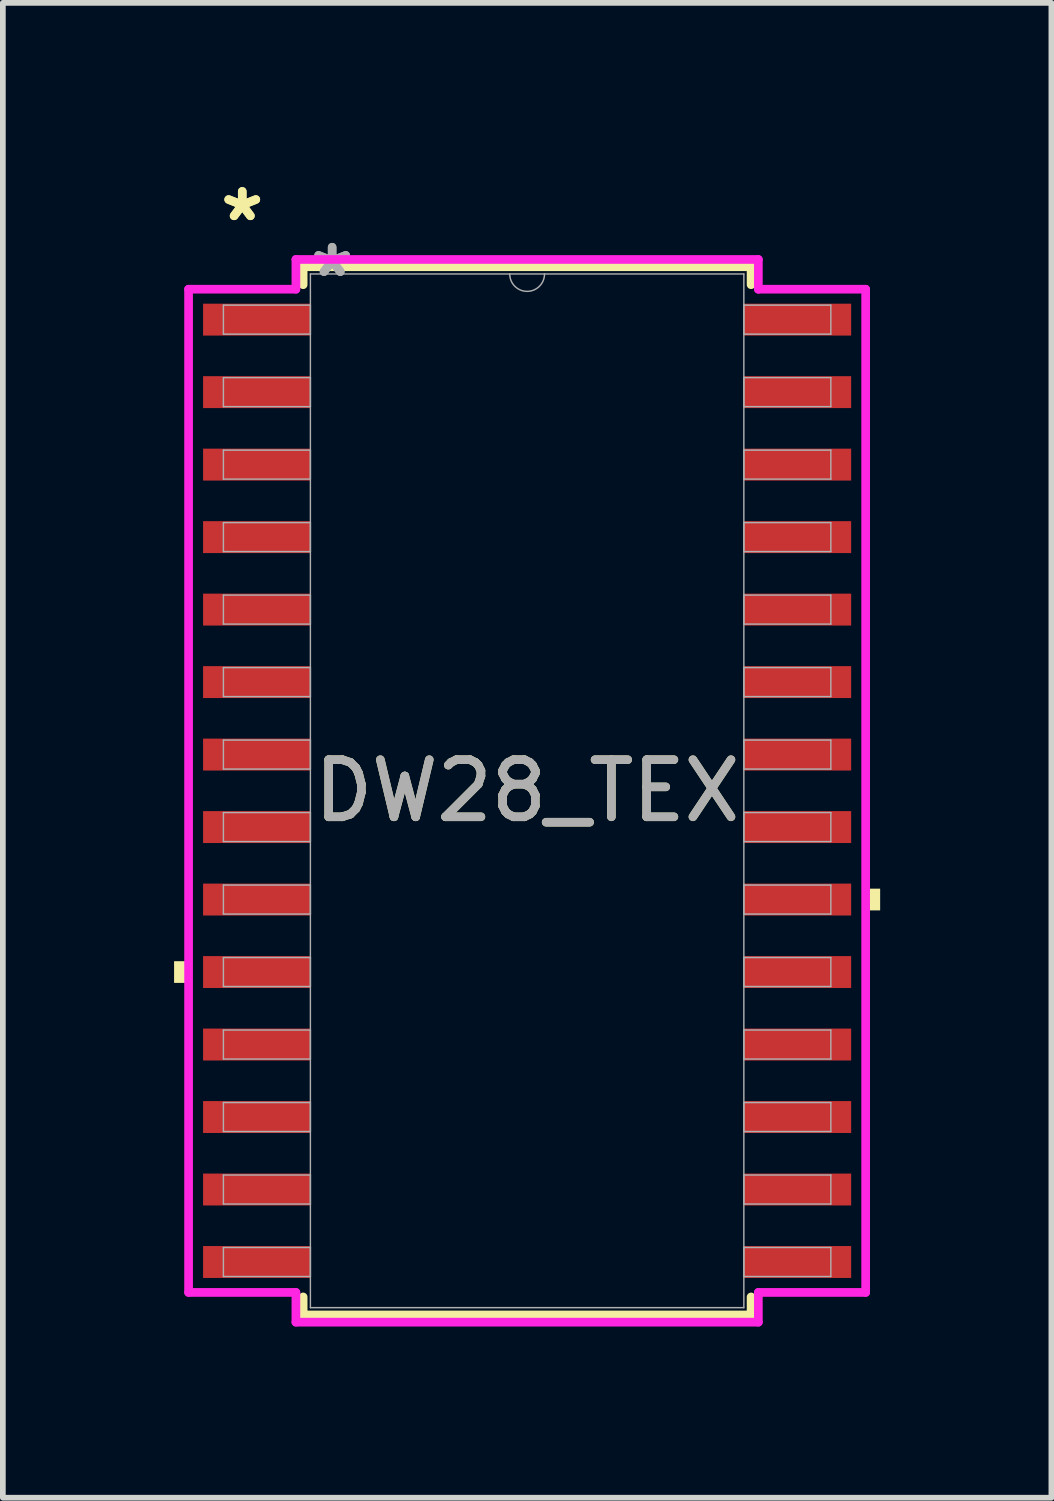
<source format=kicad_pcb>
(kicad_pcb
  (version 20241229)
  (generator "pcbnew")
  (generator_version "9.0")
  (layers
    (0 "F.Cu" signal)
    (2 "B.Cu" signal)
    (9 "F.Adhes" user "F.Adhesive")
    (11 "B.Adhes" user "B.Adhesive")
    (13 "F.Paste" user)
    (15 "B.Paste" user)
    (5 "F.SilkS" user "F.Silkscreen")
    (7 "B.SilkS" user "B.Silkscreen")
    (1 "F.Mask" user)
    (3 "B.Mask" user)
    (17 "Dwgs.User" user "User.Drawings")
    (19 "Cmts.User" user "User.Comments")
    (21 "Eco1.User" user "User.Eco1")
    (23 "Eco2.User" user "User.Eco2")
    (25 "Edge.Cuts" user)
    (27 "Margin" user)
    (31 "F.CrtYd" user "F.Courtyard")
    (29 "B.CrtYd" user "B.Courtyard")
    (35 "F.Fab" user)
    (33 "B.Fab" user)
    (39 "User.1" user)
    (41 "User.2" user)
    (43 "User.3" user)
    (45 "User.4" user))
  (footprint "DW28_TEX"
    (layer "F.Cu")
    (at 6.185 10.805)
    (property "Reference" "DW28_TEX" (at 0 0 0) (unlocked yes) (layer "F.SilkS") (effects (font (size 1 1) (thickness 0.15))))
    (attr smd)
    (fp_line (start -3.924 -9.182) (end -3.924 -8.867) (stroke (width 0.152) (type solid)) (layer "F.SilkS"))
    (fp_line (start -3.924 8.867) (end -3.924 9.182) (stroke (width 0.152) (type solid)) (layer "F.SilkS"))
    (fp_line (start -3.924 9.182) (end 3.924 9.182) (stroke (width 0.152) (type solid)) (layer "F.SilkS"))
    (fp_line (start 3.924 -9.182) (end -3.924 -9.182) (stroke (width 0.152) (type solid)) (layer "F.SilkS"))
    (fp_line (start 3.924 -8.867) (end 3.924 -9.182) (stroke (width 0.152) (type solid)) (layer "F.SilkS"))
    (fp_line (start 3.924 9.182) (end 3.924 8.867) (stroke (width 0.152) (type solid)) (layer "F.SilkS"))
    (fp_poly (pts (xy -6.185 2.985) (xy -6.185 3.365) (xy -5.931 3.365) (xy -5.931 2.985)) (stroke (width 0) (type solid)) (fill yes) (layer "F.SilkS"))
    (fp_poly (pts (xy 6.185 1.714) (xy 6.185 2.095) (xy 5.931 2.095) (xy 5.931 1.714)) (stroke (width 0) (type solid)) (fill yes) (layer "F.SilkS"))
    (fp_line (start -5.931 -8.788) (end -4.051 -8.788) (stroke (width 0.152) (type solid)) (layer "F.CrtYd"))
    (fp_line (start -5.931 8.788) (end -5.931 -8.788) (stroke (width 0.152) (type solid)) (layer "F.CrtYd"))
    (fp_line (start -5.931 8.788) (end -4.051 8.788) (stroke (width 0.152) (type solid)) (layer "F.CrtYd"))
    (fp_line (start -4.051 -9.309) (end 4.051 -9.309) (stroke (width 0.152) (type solid)) (layer "F.CrtYd"))
    (fp_line (start -4.051 -8.788) (end -4.051 -9.309) (stroke (width 0.152) (type solid)) (layer "F.CrtYd"))
    (fp_line (start -4.051 9.309) (end -4.051 8.788) (stroke (width 0.152) (type solid)) (layer "F.CrtYd"))
    (fp_line (start 4.051 -9.309) (end 4.051 -8.788) (stroke (width 0.152) (type solid)) (layer "F.CrtYd"))
    (fp_line (start 4.051 8.788) (end 4.051 9.309) (stroke (width 0.152) (type solid)) (layer "F.CrtYd"))
    (fp_line (start 4.051 9.309) (end -4.051 9.309) (stroke (width 0.152) (type solid)) (layer "F.CrtYd"))
    (fp_line (start 5.931 -8.788) (end 4.051 -8.788) (stroke (width 0.152) (type solid)) (layer "F.CrtYd"))
    (fp_line (start 5.931 -8.788) (end 5.931 8.788) (stroke (width 0.152) (type solid)) (layer "F.CrtYd"))
    (fp_line (start 5.931 8.788) (end 4.051 8.788) (stroke (width 0.152) (type solid)) (layer "F.CrtYd"))
    (fp_line (start -5.321 -8.509) (end -5.321 -8.001) (stroke (width 0.025) (type solid)) (layer "F.Fab"))
    (fp_line (start -5.321 -8.001) (end -3.797 -8.001) (stroke (width 0.025) (type solid)) (layer "F.Fab"))
    (fp_line (start -5.321 -7.239) (end -5.321 -6.731) (stroke (width 0.025) (type solid)) (layer "F.Fab"))
    (fp_line (start -5.321 -6.731) (end -3.797 -6.731) (stroke (width 0.025) (type solid)) (layer "F.Fab"))
    (fp_line (start -5.321 -5.969) (end -5.321 -5.461) (stroke (width 0.025) (type solid)) (layer "F.Fab"))
    (fp_line (start -5.321 -5.461) (end -3.797 -5.461) (stroke (width 0.025) (type solid)) (layer "F.Fab"))
    (fp_line (start -5.321 -4.699) (end -5.321 -4.191) (stroke (width 0.025) (type solid)) (layer "F.Fab"))
    (fp_line (start -5.321 -4.191) (end -3.797 -4.191) (stroke (width 0.025) (type solid)) (layer "F.Fab"))
    (fp_line (start -5.321 -3.429) (end -5.321 -2.921) (stroke (width 0.025) (type solid)) (layer "F.Fab"))
    (fp_line (start -5.321 -2.921) (end -3.797 -2.921) (stroke (width 0.025) (type solid)) (layer "F.Fab"))
    (fp_line (start -5.321 -2.159) (end -5.321 -1.651) (stroke (width 0.025) (type solid)) (layer "F.Fab"))
    (fp_line (start -5.321 -1.651) (end -3.797 -1.651) (stroke (width 0.025) (type solid)) (layer "F.Fab"))
    (fp_line (start -5.321 -0.889) (end -5.321 -0.381) (stroke (width 0.025) (type solid)) (layer "F.Fab"))
    (fp_line (start -5.321 -0.381) (end -3.797 -0.381) (stroke (width 0.025) (type solid)) (layer "F.Fab"))
    (fp_line (start -5.321 0.381) (end -5.321 0.889) (stroke (width 0.025) (type solid)) (layer "F.Fab"))
    (fp_line (start -5.321 0.889) (end -3.797 0.889) (stroke (width 0.025) (type solid)) (layer "F.Fab"))
    (fp_line (start -5.321 1.651) (end -5.321 2.159) (stroke (width 0.025) (type solid)) (layer "F.Fab"))
    (fp_line (start -5.321 2.159) (end -3.797 2.159) (stroke (width 0.025) (type solid)) (layer "F.Fab"))
    (fp_line (start -5.321 2.921) (end -5.321 3.429) (stroke (width 0.025) (type solid)) (layer "F.Fab"))
    (fp_line (start -5.321 3.429) (end -3.797 3.429) (stroke (width 0.025) (type solid)) (layer "F.Fab"))
    (fp_line (start -5.321 4.191) (end -5.321 4.699) (stroke (width 0.025) (type solid)) (layer "F.Fab"))
    (fp_line (start -5.321 4.699) (end -3.797 4.699) (stroke (width 0.025) (type solid)) (layer "F.Fab"))
    (fp_line (start -5.321 5.461) (end -5.321 5.969) (stroke (width 0.025) (type solid)) (layer "F.Fab"))
    (fp_line (start -5.321 5.969) (end -3.797 5.969) (stroke (width 0.025) (type solid)) (layer "F.Fab"))
    (fp_line (start -5.321 6.731) (end -5.321 7.239) (stroke (width 0.025) (type solid)) (layer "F.Fab"))
    (fp_line (start -5.321 7.239) (end -3.797 7.239) (stroke (width 0.025) (type solid)) (layer "F.Fab"))
    (fp_line (start -5.321 8.001) (end -5.321 8.509) (stroke (width 0.025) (type solid)) (layer "F.Fab"))
    (fp_line (start -5.321 8.509) (end -3.797 8.509) (stroke (width 0.025) (type solid)) (layer "F.Fab"))
    (fp_line (start -3.797 -9.055) (end -3.797 9.055) (stroke (width 0.025) (type solid)) (layer "F.Fab"))
    (fp_line (start -3.797 -8.509) (end -5.321 -8.509) (stroke (width 0.025) (type solid)) (layer "F.Fab"))
    (fp_line (start -3.797 -8.001) (end -3.797 -8.509) (stroke (width 0.025) (type solid)) (layer "F.Fab"))
    (fp_line (start -3.797 -7.239) (end -5.321 -7.239) (stroke (width 0.025) (type solid)) (layer "F.Fab"))
    (fp_line (start -3.797 -6.731) (end -3.797 -7.239) (stroke (width 0.025) (type solid)) (layer "F.Fab"))
    (fp_line (start -3.797 -5.969) (end -5.321 -5.969) (stroke (width 0.025) (type solid)) (layer "F.Fab"))
    (fp_line (start -3.797 -5.461) (end -3.797 -5.969) (stroke (width 0.025) (type solid)) (layer "F.Fab"))
    (fp_line (start -3.797 -4.699) (end -5.321 -4.699) (stroke (width 0.025) (type solid)) (layer "F.Fab"))
    (fp_line (start -3.797 -4.191) (end -3.797 -4.699) (stroke (width 0.025) (type solid)) (layer "F.Fab"))
    (fp_line (start -3.797 -3.429) (end -5.321 -3.429) (stroke (width 0.025) (type solid)) (layer "F.Fab"))
    (fp_line (start -3.797 -2.921) (end -3.797 -3.429) (stroke (width 0.025) (type solid)) (layer "F.Fab"))
    (fp_line (start -3.797 -2.159) (end -5.321 -2.159) (stroke (width 0.025) (type solid)) (layer "F.Fab"))
    (fp_line (start -3.797 -1.651) (end -3.797 -2.159) (stroke (width 0.025) (type solid)) (layer "F.Fab"))
    (fp_line (start -3.797 -0.889) (end -5.321 -0.889) (stroke (width 0.025) (type solid)) (layer "F.Fab"))
    (fp_line (start -3.797 -0.381) (end -3.797 -0.889) (stroke (width 0.025) (type solid)) (layer "F.Fab"))
    (fp_line (start -3.797 0.381) (end -5.321 0.381) (stroke (width 0.025) (type solid)) (layer "F.Fab"))
    (fp_line (start -3.797 0.889) (end -3.797 0.381) (stroke (width 0.025) (type solid)) (layer "F.Fab"))
    (fp_line (start -3.797 1.651) (end -5.321 1.651) (stroke (width 0.025) (type solid)) (layer "F.Fab"))
    (fp_line (start -3.797 2.159) (end -3.797 1.651) (stroke (width 0.025) (type solid)) (layer "F.Fab"))
    (fp_line (start -3.797 2.921) (end -5.321 2.921) (stroke (width 0.025) (type solid)) (layer "F.Fab"))
    (fp_line (start -3.797 3.429) (end -3.797 2.921) (stroke (width 0.025) (type solid)) (layer "F.Fab"))
    (fp_line (start -3.797 4.191) (end -5.321 4.191) (stroke (width 0.025) (type solid)) (layer "F.Fab"))
    (fp_line (start -3.797 4.699) (end -3.797 4.191) (stroke (width 0.025) (type solid)) (layer "F.Fab"))
    (fp_line (start -3.797 5.461) (end -5.321 5.461) (stroke (width 0.025) (type solid)) (layer "F.Fab"))
    (fp_line (start -3.797 5.969) (end -3.797 5.461) (stroke (width 0.025) (type solid)) (layer "F.Fab"))
    (fp_line (start -3.797 6.731) (end -5.321 6.731) (stroke (width 0.025) (type solid)) (layer "F.Fab"))
    (fp_line (start -3.797 7.239) (end -3.797 6.731) (stroke (width 0.025) (type solid)) (layer "F.Fab"))
    (fp_line (start -3.797 8.001) (end -5.321 8.001) (stroke (width 0.025) (type solid)) (layer "F.Fab"))
    (fp_line (start -3.797 8.509) (end -3.797 8.001) (stroke (width 0.025) (type solid)) (layer "F.Fab"))
    (fp_line (start -3.797 9.055) (end 3.797 9.055) (stroke (width 0.025) (type solid)) (layer "F.Fab"))
    (fp_line (start 3.797 -9.055) (end -3.797 -9.055) (stroke (width 0.025) (type solid)) (layer "F.Fab"))
    (fp_line (start 3.797 -8.509) (end 3.797 -8.001) (stroke (width 0.025) (type solid)) (layer "F.Fab"))
    (fp_line (start 3.797 -8.001) (end 5.321 -8.001) (stroke (width 0.025) (type solid)) (layer "F.Fab"))
    (fp_line (start 3.797 -7.239) (end 3.797 -6.731) (stroke (width 0.025) (type solid)) (layer "F.Fab"))
    (fp_line (start 3.797 -6.731) (end 5.321 -6.731) (stroke (width 0.025) (type solid)) (layer "F.Fab"))
    (fp_line (start 3.797 -5.969) (end 3.797 -5.461) (stroke (width 0.025) (type solid)) (layer "F.Fab"))
    (fp_line (start 3.797 -5.461) (end 5.321 -5.461) (stroke (width 0.025) (type solid)) (layer "F.Fab"))
    (fp_line (start 3.797 -4.699) (end 3.797 -4.191) (stroke (width 0.025) (type solid)) (layer "F.Fab"))
    (fp_line (start 3.797 -4.191) (end 5.321 -4.191) (stroke (width 0.025) (type solid)) (layer "F.Fab"))
    (fp_line (start 3.797 -3.429) (end 3.797 -2.921) (stroke (width 0.025) (type solid)) (layer "F.Fab"))
    (fp_line (start 3.797 -2.921) (end 5.321 -2.921) (stroke (width 0.025) (type solid)) (layer "F.Fab"))
    (fp_line (start 3.797 -2.159) (end 3.797 -1.651) (stroke (width 0.025) (type solid)) (layer "F.Fab"))
    (fp_line (start 3.797 -1.651) (end 5.321 -1.651) (stroke (width 0.025) (type solid)) (layer "F.Fab"))
    (fp_line (start 3.797 -0.889) (end 3.797 -0.381) (stroke (width 0.025) (type solid)) (layer "F.Fab"))
    (fp_line (start 3.797 -0.381) (end 5.321 -0.381) (stroke (width 0.025) (type solid)) (layer "F.Fab"))
    (fp_line (start 3.797 0.381) (end 3.797 0.889) (stroke (width 0.025) (type solid)) (layer "F.Fab"))
    (fp_line (start 3.797 0.889) (end 5.321 0.889) (stroke (width 0.025) (type solid)) (layer "F.Fab"))
    (fp_line (start 3.797 1.651) (end 3.797 2.159) (stroke (width 0.025) (type solid)) (layer "F.Fab"))
    (fp_line (start 3.797 2.159) (end 5.321 2.159) (stroke (width 0.025) (type solid)) (layer "F.Fab"))
    (fp_line (start 3.797 2.921) (end 3.797 3.429) (stroke (width 0.025) (type solid)) (layer "F.Fab"))
    (fp_line (start 3.797 3.429) (end 5.321 3.429) (stroke (width 0.025) (type solid)) (layer "F.Fab"))
    (fp_line (start 3.797 4.191) (end 3.797 4.699) (stroke (width 0.025) (type solid)) (layer "F.Fab"))
    (fp_line (start 3.797 4.699) (end 5.321 4.699) (stroke (width 0.025) (type solid)) (layer "F.Fab"))
    (fp_line (start 3.797 5.461) (end 3.797 5.969) (stroke (width 0.025) (type solid)) (layer "F.Fab"))
    (fp_line (start 3.797 5.969) (end 5.321 5.969) (stroke (width 0.025) (type solid)) (layer "F.Fab"))
    (fp_line (start 3.797 6.731) (end 3.797 7.239) (stroke (width 0.025) (type solid)) (layer "F.Fab"))
    (fp_line (start 3.797 7.239) (end 5.321 7.239) (stroke (width 0.025) (type solid)) (layer "F.Fab"))
    (fp_line (start 3.797 8.001) (end 3.797 8.509) (stroke (width 0.025) (type solid)) (layer "F.Fab"))
    (fp_line (start 3.797 8.509) (end 5.321 8.509) (stroke (width 0.025) (type solid)) (layer "F.Fab"))
    (fp_line (start 3.797 9.055) (end 3.797 -9.055) (stroke (width 0.025) (type solid)) (layer "F.Fab"))
    (fp_line (start 5.321 -8.509) (end 3.797 -8.509) (stroke (width 0.025) (type solid)) (layer "F.Fab"))
    (fp_line (start 5.321 -8.001) (end 5.321 -8.509) (stroke (width 0.025) (type solid)) (layer "F.Fab"))
    (fp_line (start 5.321 -7.239) (end 3.797 -7.239) (stroke (width 0.025) (type solid)) (layer "F.Fab"))
    (fp_line (start 5.321 -6.731) (end 5.321 -7.239) (stroke (width 0.025) (type solid)) (layer "F.Fab"))
    (fp_line (start 5.321 -5.969) (end 3.797 -5.969) (stroke (width 0.025) (type solid)) (layer "F.Fab"))
    (fp_line (start 5.321 -5.461) (end 5.321 -5.969) (stroke (width 0.025) (type solid)) (layer "F.Fab"))
    (fp_line (start 5.321 -4.699) (end 3.797 -4.699) (stroke (width 0.025) (type solid)) (layer "F.Fab"))
    (fp_line (start 5.321 -4.191) (end 5.321 -4.699) (stroke (width 0.025) (type solid)) (layer "F.Fab"))
    (fp_line (start 5.321 -3.429) (end 3.797 -3.429) (stroke (width 0.025) (type solid)) (layer "F.Fab"))
    (fp_line (start 5.321 -2.921) (end 5.321 -3.429) (stroke (width 0.025) (type solid)) (layer "F.Fab"))
    (fp_line (start 5.321 -2.159) (end 3.797 -2.159) (stroke (width 0.025) (type solid)) (layer "F.Fab"))
    (fp_line (start 5.321 -1.651) (end 5.321 -2.159) (stroke (width 0.025) (type solid)) (layer "F.Fab"))
    (fp_line (start 5.321 -0.889) (end 3.797 -0.889) (stroke (width 0.025) (type solid)) (layer "F.Fab"))
    (fp_line (start 5.321 -0.381) (end 5.321 -0.889) (stroke (width 0.025) (type solid)) (layer "F.Fab"))
    (fp_line (start 5.321 0.381) (end 3.797 0.381) (stroke (width 0.025) (type solid)) (layer "F.Fab"))
    (fp_line (start 5.321 0.889) (end 5.321 0.381) (stroke (width 0.025) (type solid)) (layer "F.Fab"))
    (fp_line (start 5.321 1.651) (end 3.797 1.651) (stroke (width 0.025) (type solid)) (layer "F.Fab"))
    (fp_line (start 5.321 2.159) (end 5.321 1.651) (stroke (width 0.025) (type solid)) (layer "F.Fab"))
    (fp_line (start 5.321 2.921) (end 3.797 2.921) (stroke (width 0.025) (type solid)) (layer "F.Fab"))
    (fp_line (start 5.321 3.429) (end 5.321 2.921) (stroke (width 0.025) (type solid)) (layer "F.Fab"))
    (fp_line (start 5.321 4.191) (end 3.797 4.191) (stroke (width 0.025) (type solid)) (layer "F.Fab"))
    (fp_line (start 5.321 4.699) (end 5.321 4.191) (stroke (width 0.025) (type solid)) (layer "F.Fab"))
    (fp_line (start 5.321 5.461) (end 3.797 5.461) (stroke (width 0.025) (type solid)) (layer "F.Fab"))
    (fp_line (start 5.321 5.969) (end 5.321 5.461) (stroke (width 0.025) (type solid)) (layer "F.Fab"))
    (fp_line (start 5.321 6.731) (end 3.797 6.731) (stroke (width 0.025) (type solid)) (layer "F.Fab"))
    (fp_line (start 5.321 7.239) (end 5.321 6.731) (stroke (width 0.025) (type solid)) (layer "F.Fab"))
    (fp_line (start 5.321 8.001) (end 3.797 8.001) (stroke (width 0.025) (type solid)) (layer "F.Fab"))
    (fp_line (start 5.321 8.509) (end 5.321 8.001) (stroke (width 0.025) (type solid)) (layer "F.Fab"))
    (fp_arc (start 0.3048 -9.0551) (mid 0 -8.7503) (end -0.3048 -9.0551) (stroke (width 0.0254) (type solid)) (layer "F.Fab"))
    (fp_text user "*" (at -4.991 -9.957 0) (layer "F.SilkS") (effects (font (size 1 1) (thickness 0.15))))
    (fp_text user "*" (at -4.991 -9.957 0) (unlocked yes) (layer "F.SilkS") (effects (font (size 1 1) (thickness 0.15))))
    (fp_text user "*" (at -3.416 -8.979 0) (unlocked yes) (layer "F.Fab") (effects (font (size 1 1) (thickness 0.15))))
    (fp_text user "*" (at -3.416 -8.979 0) (layer "F.Fab") (effects (font (size 1 1) (thickness 0.15))))
    (fp_text user "${REFERENCE}" (at 0 0 0) (unlocked yes) (layer "F.Fab") (effects (font (size 1 1) (thickness 0.15))))
    (pad "1" smd rect (at -4.737 -8.255) (size 1.88 0.559) (layers "F.Cu" "F.Mask" "F.Paste"))
    (pad "2" smd rect (at -4.737 -6.985) (size 1.88 0.559) (layers "F.Cu" "F.Mask" "F.Paste"))
    (pad "3" smd rect (at -4.737 -5.715) (size 1.88 0.559) (layers "F.Cu" "F.Mask" "F.Paste"))
    (pad "4" smd rect (at -4.737 -4.445) (size 1.88 0.559) (layers "F.Cu" "F.Mask" "F.Paste"))
    (pad "5" smd rect (at -4.737 -3.175) (size 1.88 0.559) (layers "F.Cu" "F.Mask" "F.Paste"))
    (pad "6" smd rect (at -4.737 -1.905) (size 1.88 0.559) (layers "F.Cu" "F.Mask" "F.Paste"))
    (pad "7" smd rect (at -4.737 -0.635) (size 1.88 0.559) (layers "F.Cu" "F.Mask" "F.Paste"))
    (pad "8" smd rect (at -4.737 0.635) (size 1.88 0.559) (layers "F.Cu" "F.Mask" "F.Paste"))
    (pad "9" smd rect (at -4.737 1.905) (size 1.88 0.559) (layers "F.Cu" "F.Mask" "F.Paste"))
    (pad "10" smd rect (at -4.737 3.175) (size 1.88 0.559) (layers "F.Cu" "F.Mask" "F.Paste"))
    (pad "11" smd rect (at -4.737 4.445) (size 1.88 0.559) (layers "F.Cu" "F.Mask" "F.Paste"))
    (pad "12" smd rect (at -4.737 5.715) (size 1.88 0.559) (layers "F.Cu" "F.Mask" "F.Paste"))
    (pad "13" smd rect (at -4.737 6.985) (size 1.88 0.559) (layers "F.Cu" "F.Mask" "F.Paste"))
    (pad "14" smd rect (at -4.737 8.255) (size 1.88 0.559) (layers "F.Cu" "F.Mask" "F.Paste"))
    (pad "15" smd rect (at 4.737 8.255) (size 1.88 0.559) (layers "F.Cu" "F.Mask" "F.Paste"))
    (pad "16" smd rect (at 4.737 6.985) (size 1.88 0.559) (layers "F.Cu" "F.Mask" "F.Paste"))
    (pad "17" smd rect (at 4.737 5.715) (size 1.88 0.559) (layers "F.Cu" "F.Mask" "F.Paste"))
    (pad "18" smd rect (at 4.737 4.445) (size 1.88 0.559) (layers "F.Cu" "F.Mask" "F.Paste"))
    (pad "19" smd rect (at 4.737 3.175) (size 1.88 0.559) (layers "F.Cu" "F.Mask" "F.Paste"))
    (pad "20" smd rect (at 4.737 1.905) (size 1.88 0.559) (layers "F.Cu" "F.Mask" "F.Paste"))
    (pad "21" smd rect (at 4.737 0.635) (size 1.88 0.559) (layers "F.Cu" "F.Mask" "F.Paste"))
    (pad "22" smd rect (at 4.737 -0.635) (size 1.88 0.559) (layers "F.Cu" "F.Mask" "F.Paste"))
    (pad "23" smd rect (at 4.737 -1.905) (size 1.88 0.559) (layers "F.Cu" "F.Mask" "F.Paste"))
    (pad "24" smd rect (at 4.737 -3.175) (size 1.88 0.559) (layers "F.Cu" "F.Mask" "F.Paste"))
    (pad "25" smd rect (at 4.737 -4.445) (size 1.88 0.559) (layers "F.Cu" "F.Mask" "F.Paste"))
    (pad "26" smd rect (at 4.737 -5.715) (size 1.88 0.559) (layers "F.Cu" "F.Mask" "F.Paste"))
    (pad "27" smd rect (at 4.737 -6.985) (size 1.88 0.559) (layers "F.Cu" "F.Mask" "F.Paste"))
    (pad "28" smd rect (at 4.737 -8.255) (size 1.88 0.559) (layers "F.Cu" "F.Mask" "F.Paste")))
  (gr_rect
    (start -3 -3)
    (end 15.37 23.19)
    (stroke (width 0.1) (type default))
    (fill no)
    (layer "Edge.Cuts")))
</source>
